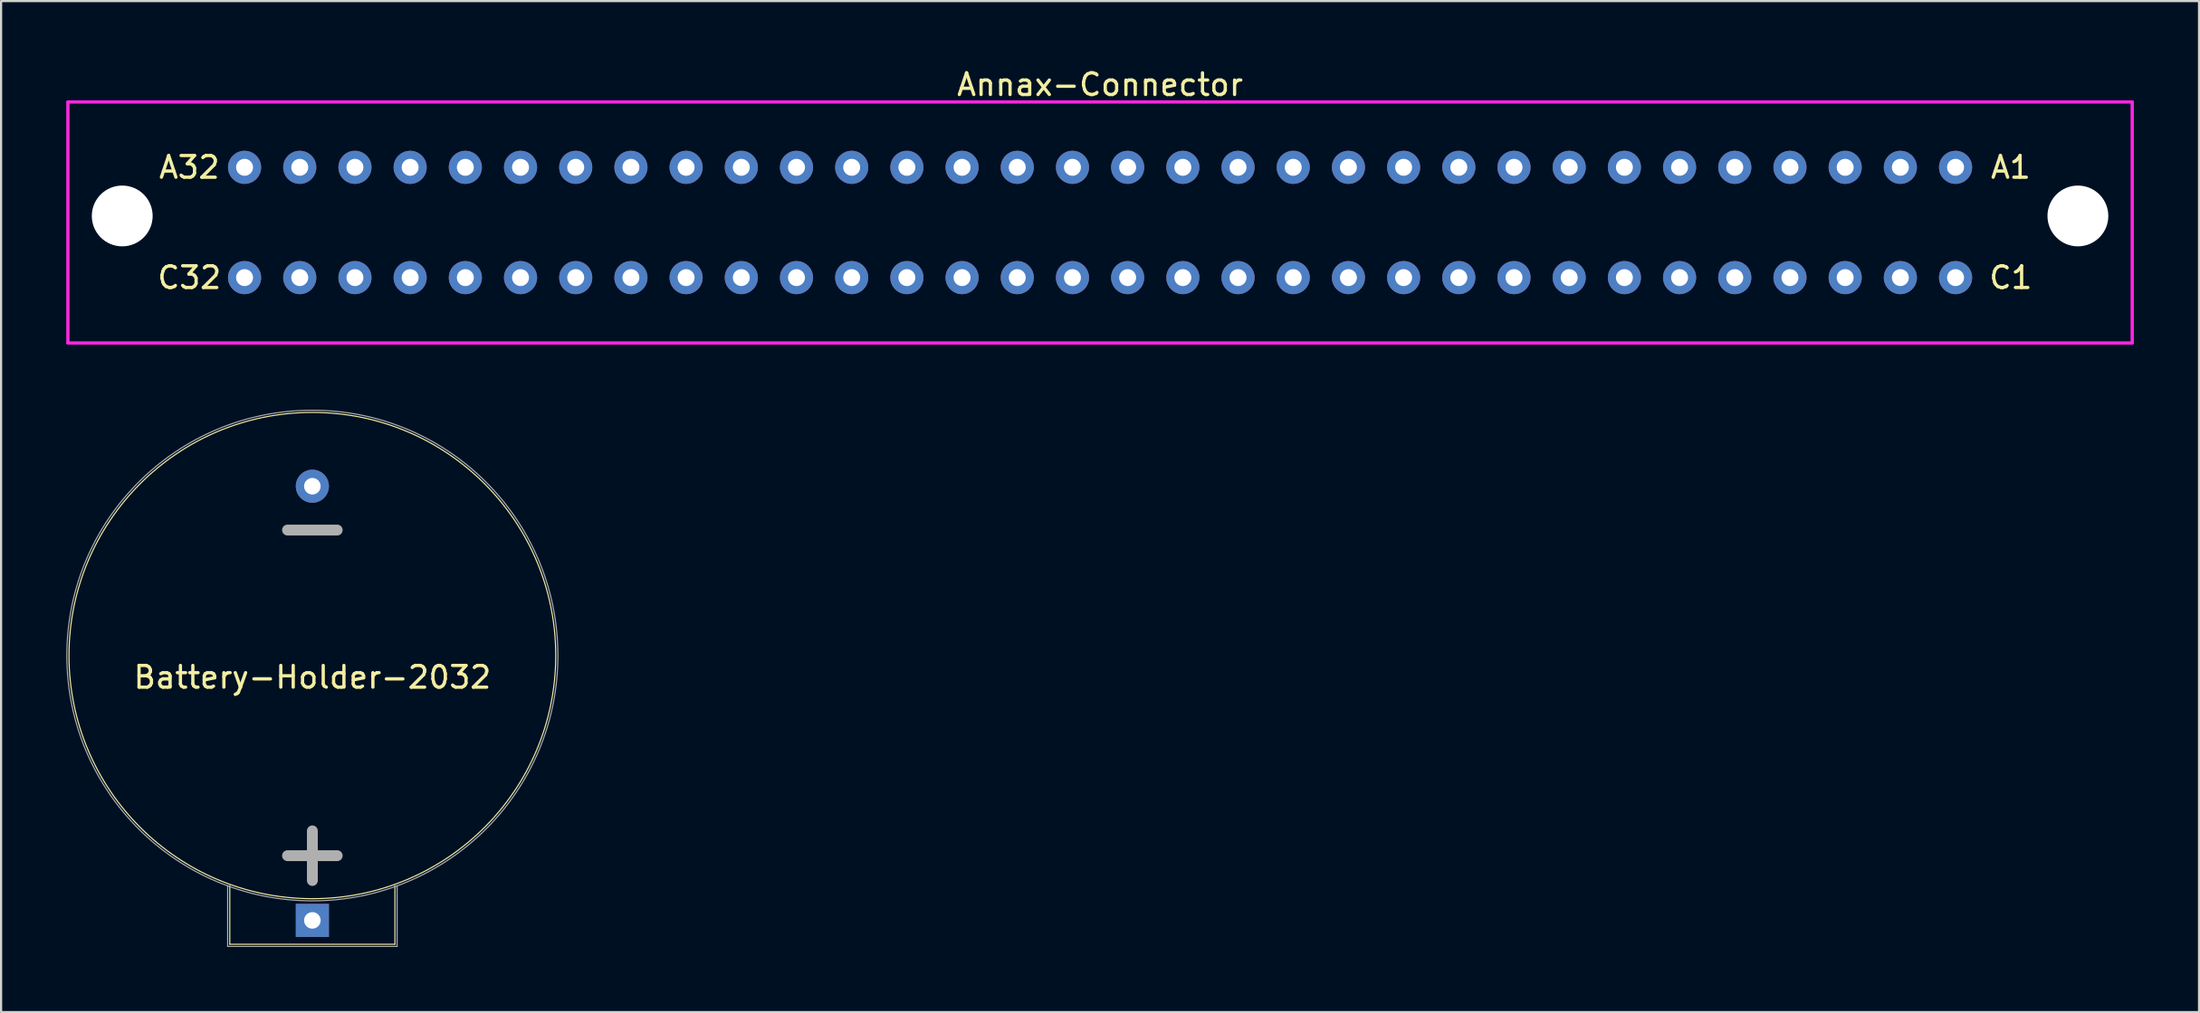
<source format=kicad_pcb>
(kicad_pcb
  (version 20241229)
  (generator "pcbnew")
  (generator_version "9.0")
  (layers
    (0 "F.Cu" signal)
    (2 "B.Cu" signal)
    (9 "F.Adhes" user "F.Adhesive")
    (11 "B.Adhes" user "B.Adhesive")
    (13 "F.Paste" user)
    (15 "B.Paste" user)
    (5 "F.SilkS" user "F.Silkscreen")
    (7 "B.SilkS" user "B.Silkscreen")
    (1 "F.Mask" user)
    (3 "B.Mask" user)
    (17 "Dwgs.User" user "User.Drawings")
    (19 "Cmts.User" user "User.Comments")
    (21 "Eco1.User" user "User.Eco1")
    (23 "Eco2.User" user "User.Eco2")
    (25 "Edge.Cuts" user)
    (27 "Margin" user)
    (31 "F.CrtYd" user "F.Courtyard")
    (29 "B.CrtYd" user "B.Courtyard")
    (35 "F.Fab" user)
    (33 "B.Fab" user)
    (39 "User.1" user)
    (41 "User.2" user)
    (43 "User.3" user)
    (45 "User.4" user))
  (footprint "Battery-Holder-2032"
    (placed yes)
    (layer "F.Cu")
    (at 11.325 27.148)
    (property "Reference" "Battery-Holder-2032" (at 0 1 0) (layer "F.SilkS") (effects (font (size 1 1) (thickness 0.15))))
    (attr through_hole)
    (fp_line (start -3.8 10.6) (end -3.8 13.3) (stroke (width 0.05) (type solid)) (layer "F.SilkS"))
    (fp_line (start -3.8 13.3) (end 3.8 13.3) (stroke (width 0.05) (type solid)) (layer "F.SilkS"))
    (fp_line (start 3.8 13.3) (end 3.8 10.6) (stroke (width 0.05) (type solid)) (layer "F.SilkS"))
    (fp_circle (center 0 0) (end 0 11.2) (stroke (width 0.05) (type solid)) (fill no) (layer "F.SilkS"))
    (fp_line (start -3.9 13.4) (end -3.9 10.6) (stroke (width 0.05) (type solid)) (layer "F.Fab"))
    (fp_line (start 3.9 13.4) (end -3.9 13.4) (stroke (width 0.05) (type solid)) (layer "F.Fab"))
    (fp_line (start 3.9 13.4) (end 3.9 10.6) (stroke (width 0.05) (type solid)) (layer "F.Fab"))
    (fp_circle (center 0 0) (end 0 11.3) (stroke (width 0.05) (type solid)) (fill no) (layer "F.Fab"))
    (fp_text user "-" (at 0 -6 0) (layer "F.Fab") (effects (font (size 3 3) (thickness 0.5))))
    (fp_text user "+" (at 0 9 0) (layer "F.Fab") (effects (font (size 3 3) (thickness 0.5))))
    (pad "1" thru_hole rect (at 0 12.2) (size 1.524 1.524) (drill 0.762) (layers "*.Cu" "*.Mask"))
    (pad "2" thru_hole circle (at 0 -7.8) (size 1.524 1.524) (drill 0.762) (layers "*.Cu" "*.Mask")))
  (footprint "Annax-Connector"
    (layer "F.Cu")
    (at 47.575 7.198)
    (property "Reference" "Annax-Connector" (at 0 -6.35 0) (layer "F.SilkS") (effects (font (size 1 1) (thickness 0.15))))
    (attr through_hole)
    (fp_line (start -47.5 -5.55) (end -47.5 5.55) (stroke (width 0.15) (type solid)) (layer "F.CrtYd"))
    (fp_line (start -47.5 5.55) (end 47.5 5.55) (stroke (width 0.15) (type solid)) (layer "F.CrtYd"))
    (fp_line (start 47.5 -5.55) (end -47.5 -5.55) (stroke (width 0.15) (type solid)) (layer "F.CrtYd"))
    (fp_line (start 47.5 5.55) (end 47.5 -5.55) (stroke (width 0.15) (type solid)) (layer "F.CrtYd"))
    (fp_text user "C1" (at 41.91 2.54 0) (layer "F.SilkS") (effects (font (size 1 1) (thickness 0.15))))
    (fp_text user "A32" (at -41.91 -2.54 0) (layer "F.SilkS") (effects (font (size 1 1) (thickness 0.15))))
    (fp_text user "A1" (at 41.91 -2.54 0) (layer "F.SilkS") (effects (font (size 1 1) (thickness 0.15))))
    (fp_text user "C32" (at -41.91 2.54 0) (layer "F.SilkS") (effects (font (size 1 1) (thickness 0.15))))
    (pad "" np_thru_hole circle (at -45 -0.3) (size 2.8 2.8) (drill 2.8) (layers "*.Cu" "*.Mask"))
    (pad "" np_thru_hole circle (at 45 -0.3) (size 2.8 2.8) (drill 2.8) (layers "*.Cu" "*.Mask"))
    (pad "A1" thru_hole circle (at 39.37 -2.54 180) (size 1.524 1.524) (drill 0.78) (layers "*.Cu" "*.Mask"))
    (pad "A2" thru_hole circle (at 36.83 -2.54 180) (size 1.524 1.524) (drill 0.78) (layers "*.Cu" "*.Mask"))
    (pad "A3" thru_hole circle (at 34.29 -2.54 180) (size 1.524 1.524) (drill 0.78) (layers "*.Cu" "*.Mask"))
    (pad "A4" thru_hole circle (at 31.75 -2.54 180) (size 1.524 1.524) (drill 0.78) (layers "*.Cu" "*.Mask"))
    (pad "A5" thru_hole circle (at 29.21 -2.54 180) (size 1.524 1.524) (drill 0.78) (layers "*.Cu" "*.Mask"))
    (pad "A6" thru_hole circle (at 26.67 -2.54 180) (size 1.524 1.524) (drill 0.78) (layers "*.Cu" "*.Mask"))
    (pad "A7" thru_hole circle (at 24.13 -2.54 180) (size 1.524 1.524) (drill 0.78) (layers "*.Cu" "*.Mask"))
    (pad "A8" thru_hole circle (at 21.59 -2.54 180) (size 1.524 1.524) (drill 0.78) (layers "*.Cu" "*.Mask"))
    (pad "A9" thru_hole circle (at 19.05 -2.54 180) (size 1.524 1.524) (drill 0.78) (layers "*.Cu" "*.Mask"))
    (pad "A10" thru_hole circle (at 16.51 -2.54 180) (size 1.524 1.524) (drill 0.78) (layers "*.Cu" "*.Mask"))
    (pad "A11" thru_hole circle (at 13.97 -2.54 180) (size 1.524 1.524) (drill 0.78) (layers "*.Cu" "*.Mask"))
    (pad "A12" thru_hole circle (at 11.43 -2.54 180) (size 1.524 1.524) (drill 0.78) (layers "*.Cu" "*.Mask"))
    (pad "A13" thru_hole circle (at 8.89 -2.54 180) (size 1.524 1.524) (drill 0.78) (layers "*.Cu" "*.Mask"))
    (pad "A14" thru_hole circle (at 6.35 -2.54 180) (size 1.524 1.524) (drill 0.78) (layers "*.Cu" "*.Mask"))
    (pad "A15" thru_hole circle (at 3.81 -2.54 180) (size 1.524 1.524) (drill 0.78) (layers "*.Cu" "*.Mask"))
    (pad "A16" thru_hole circle (at 1.27 -2.54 180) (size 1.524 1.524) (drill 0.78) (layers "*.Cu" "*.Mask"))
    (pad "A17" thru_hole circle (at -1.27 -2.54 180) (size 1.524 1.524) (drill 0.78) (layers "*.Cu" "*.Mask"))
    (pad "A18" thru_hole circle (at -3.81 -2.54 180) (size 1.524 1.524) (drill 0.78) (layers "*.Cu" "*.Mask"))
    (pad "A19" thru_hole circle (at -6.35 -2.54 180) (size 1.524 1.524) (drill 0.78) (layers "*.Cu" "*.Mask"))
    (pad "A20" thru_hole circle (at -8.89 -2.54 180) (size 1.524 1.524) (drill 0.78) (layers "*.Cu" "*.Mask"))
    (pad "A21" thru_hole circle (at -11.43 -2.54 180) (size 1.524 1.524) (drill 0.78) (layers "*.Cu" "*.Mask"))
    (pad "A22" thru_hole circle (at -13.97 -2.54 180) (size 1.524 1.524) (drill 0.78) (layers "*.Cu" "*.Mask"))
    (pad "A23" thru_hole circle (at -16.51 -2.54 180) (size 1.524 1.524) (drill 0.78) (layers "*.Cu" "*.Mask"))
    (pad "A24" thru_hole circle (at -19.05 -2.54 180) (size 1.524 1.524) (drill 0.78) (layers "*.Cu" "*.Mask"))
    (pad "A25" thru_hole circle (at -21.59 -2.54 180) (size 1.524 1.524) (drill 0.78) (layers "*.Cu" "*.Mask"))
    (pad "A26" thru_hole circle (at -24.13 -2.54 180) (size 1.524 1.524) (drill 0.78) (layers "*.Cu" "*.Mask"))
    (pad "A27" thru_hole circle (at -26.67 -2.54 180) (size 1.524 1.524) (drill 0.78) (layers "*.Cu" "*.Mask"))
    (pad "A28" thru_hole circle (at -29.21 -2.54 180) (size 1.524 1.524) (drill 0.78) (layers "*.Cu" "*.Mask"))
    (pad "A29" thru_hole circle (at -31.75 -2.54 180) (size 1.524 1.524) (drill 0.78) (layers "*.Cu" "*.Mask"))
    (pad "A30" thru_hole circle (at -34.29 -2.54 180) (size 1.524 1.524) (drill 0.78) (layers "*.Cu" "*.Mask"))
    (pad "A31" thru_hole circle (at -36.83 -2.54 180) (size 1.524 1.524) (drill 0.78) (layers "*.Cu" "*.Mask"))
    (pad "A32" thru_hole circle (at -39.37 -2.54 180) (size 1.524 1.524) (drill 0.78) (layers "*.Cu" "*.Mask"))
    (pad "C1" thru_hole circle (at 39.37 2.54 180) (size 1.524 1.524) (drill 0.78) (layers "*.Cu" "*.Mask"))
    (pad "C2" thru_hole circle (at 36.83 2.54 180) (size 1.524 1.524) (drill 0.78) (layers "*.Cu" "*.Mask"))
    (pad "C3" thru_hole circle (at 34.29 2.54 180) (size 1.524 1.524) (drill 0.78) (layers "*.Cu" "*.Mask"))
    (pad "C4" thru_hole circle (at 31.75 2.54 180) (size 1.524 1.524) (drill 0.78) (layers "*.Cu" "*.Mask"))
    (pad "C5" thru_hole circle (at 29.21 2.54 180) (size 1.524 1.524) (drill 0.78) (layers "*.Cu" "*.Mask"))
    (pad "C6" thru_hole circle (at 26.67 2.54 180) (size 1.524 1.524) (drill 0.78) (layers "*.Cu" "*.Mask"))
    (pad "C7" thru_hole circle (at 24.13 2.54 180) (size 1.524 1.524) (drill 0.78) (layers "*.Cu" "*.Mask"))
    (pad "C8" thru_hole circle (at 21.59 2.54 180) (size 1.524 1.524) (drill 0.78) (layers "*.Cu" "*.Mask"))
    (pad "C9" thru_hole circle (at 19.05 2.54 180) (size 1.524 1.524) (drill 0.78) (layers "*.Cu" "*.Mask"))
    (pad "C10" thru_hole circle (at 16.51 2.54 180) (size 1.524 1.524) (drill 0.78) (layers "*.Cu" "*.Mask"))
    (pad "C11" thru_hole circle (at 13.97 2.54 180) (size 1.524 1.524) (drill 0.78) (layers "*.Cu" "*.Mask"))
    (pad "C12" thru_hole circle (at 11.43 2.54 180) (size 1.524 1.524) (drill 0.78) (layers "*.Cu" "*.Mask"))
    (pad "C13" thru_hole circle (at 8.89 2.54 180) (size 1.524 1.524) (drill 0.78) (layers "*.Cu" "*.Mask"))
    (pad "C14" thru_hole circle (at 6.35 2.54 180) (size 1.524 1.524) (drill 0.78) (layers "*.Cu" "*.Mask"))
    (pad "C15" thru_hole circle (at 3.81 2.54 180) (size 1.524 1.524) (drill 0.78) (layers "*.Cu" "*.Mask"))
    (pad "C16" thru_hole circle (at 1.27 2.54 180) (size 1.524 1.524) (drill 0.78) (layers "*.Cu" "*.Mask"))
    (pad "C17" thru_hole circle (at -1.27 2.54 180) (size 1.524 1.524) (drill 0.78) (layers "*.Cu" "*.Mask"))
    (pad "C18" thru_hole circle (at -3.81 2.54 180) (size 1.524 1.524) (drill 0.78) (layers "*.Cu" "*.Mask"))
    (pad "C19" thru_hole circle (at -6.35 2.54 180) (size 1.524 1.524) (drill 0.78) (layers "*.Cu" "*.Mask"))
    (pad "C20" thru_hole circle (at -8.89 2.54 180) (size 1.524 1.524) (drill 0.78) (layers "*.Cu" "*.Mask"))
    (pad "C21" thru_hole circle (at -11.43 2.54 180) (size 1.524 1.524) (drill 0.78) (layers "*.Cu" "*.Mask"))
    (pad "C22" thru_hole circle (at -13.97 2.54 180) (size 1.524 1.524) (drill 0.78) (layers "*.Cu" "*.Mask"))
    (pad "C23" thru_hole circle (at -16.51 2.54 180) (size 1.524 1.524) (drill 0.78) (layers "*.Cu" "*.Mask"))
    (pad "C24" thru_hole circle (at -19.05 2.54 180) (size 1.524 1.524) (drill 0.78) (layers "*.Cu" "*.Mask"))
    (pad "C25" thru_hole circle (at -21.59 2.54 180) (size 1.524 1.524) (drill 0.78) (layers "*.Cu" "*.Mask"))
    (pad "C26" thru_hole circle (at -24.13 2.54 180) (size 1.524 1.524) (drill 0.78) (layers "*.Cu" "*.Mask"))
    (pad "C27" thru_hole circle (at -26.67 2.54 180) (size 1.524 1.524) (drill 0.78) (layers "*.Cu" "*.Mask"))
    (pad "C28" thru_hole circle (at -29.21 2.54 180) (size 1.524 1.524) (drill 0.78) (layers "*.Cu" "*.Mask"))
    (pad "C29" thru_hole circle (at -31.75 2.54 180) (size 1.524 1.524) (drill 0.78) (layers "*.Cu" "*.Mask"))
    (pad "C30" thru_hole circle (at -34.29 2.54 180) (size 1.524 1.524) (drill 0.78) (layers "*.Cu" "*.Mask"))
    (pad "C31" thru_hole circle (at -36.83 2.54 180) (size 1.524 1.524) (drill 0.78) (layers "*.Cu" "*.Mask"))
    (pad "C32" thru_hole circle (at -39.37 2.54 180) (size 1.524 1.524) (drill 0.78) (layers "*.Cu" "*.Mask")))
  (gr_rect
    (start -3 -3)
    (end 98.15 43.573)
    (stroke (width 0.1) (type default))
    (fill no)
    (layer "Edge.Cuts")))
</source>
